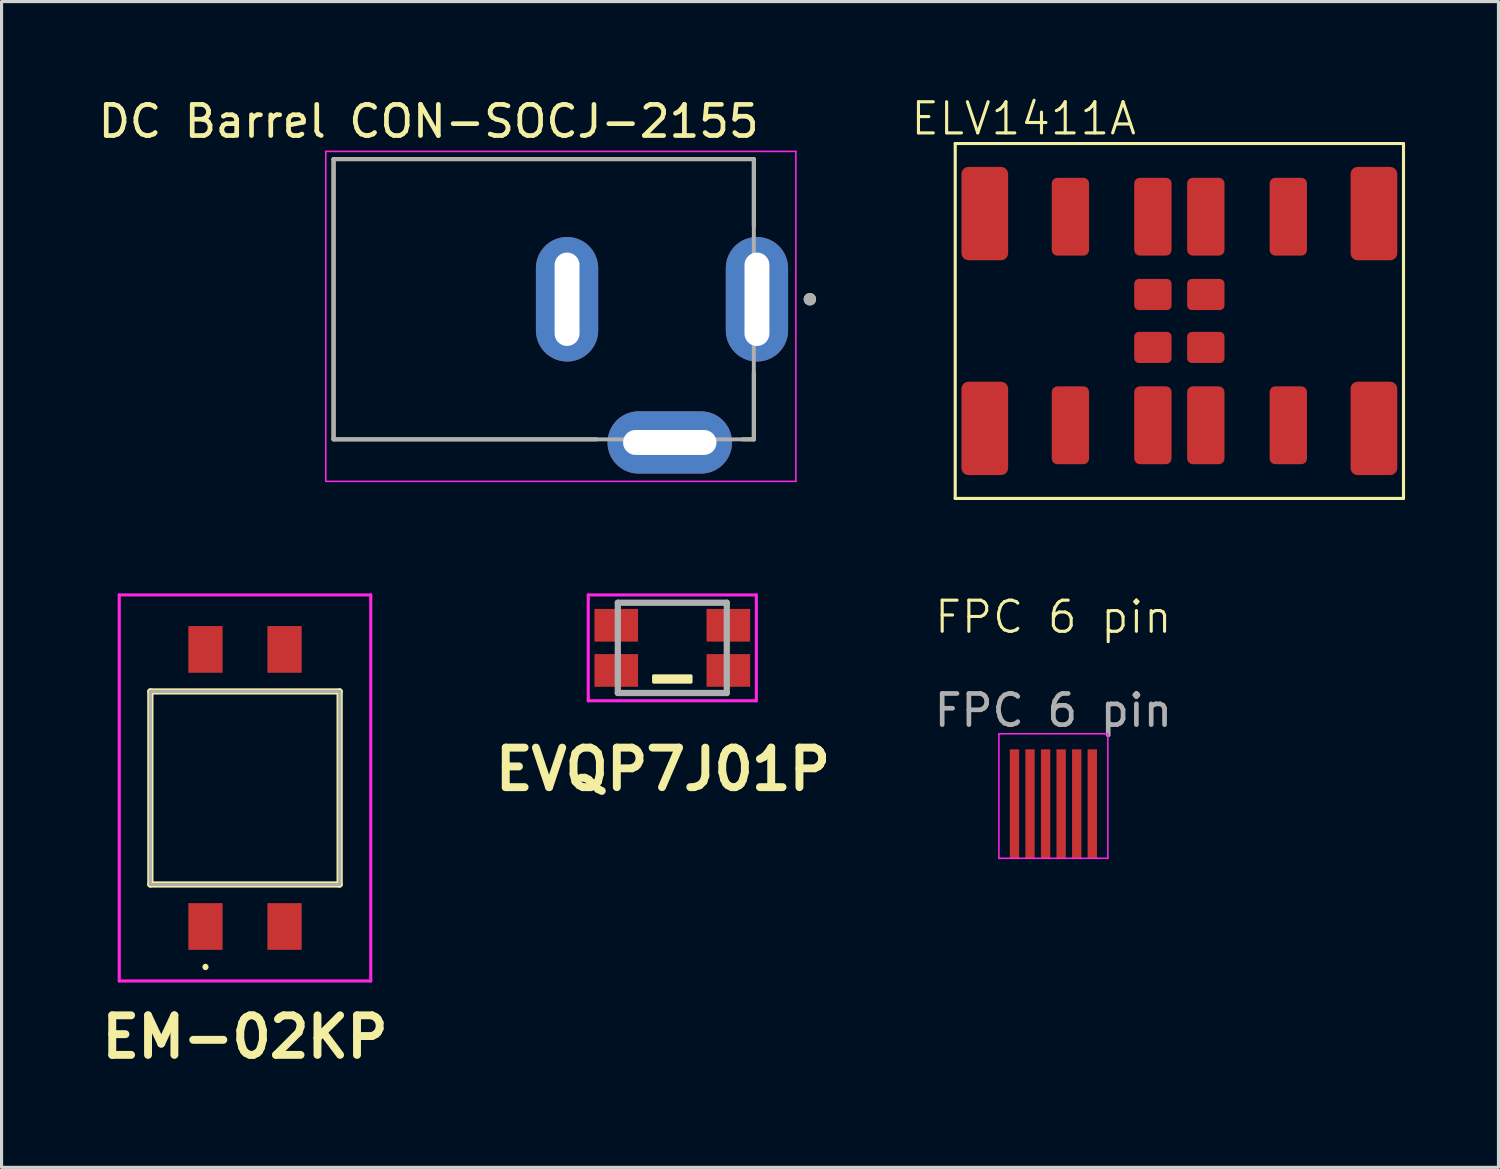
<source format=kicad_pcb>
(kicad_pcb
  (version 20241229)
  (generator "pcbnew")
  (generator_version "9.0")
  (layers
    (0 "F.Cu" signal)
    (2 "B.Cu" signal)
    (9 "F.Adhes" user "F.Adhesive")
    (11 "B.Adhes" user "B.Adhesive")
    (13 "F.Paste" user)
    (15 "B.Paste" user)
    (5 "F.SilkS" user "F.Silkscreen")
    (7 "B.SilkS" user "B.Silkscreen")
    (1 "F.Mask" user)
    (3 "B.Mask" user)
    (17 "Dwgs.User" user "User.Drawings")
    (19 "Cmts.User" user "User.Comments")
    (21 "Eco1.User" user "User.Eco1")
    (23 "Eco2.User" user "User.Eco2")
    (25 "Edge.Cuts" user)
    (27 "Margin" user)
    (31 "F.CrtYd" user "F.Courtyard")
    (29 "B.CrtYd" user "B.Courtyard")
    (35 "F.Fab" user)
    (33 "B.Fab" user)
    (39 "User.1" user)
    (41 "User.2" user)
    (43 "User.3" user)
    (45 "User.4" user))
  (footprint "FPC 6 pin"
    (layer "F.Cu")
    (at 30.787 22.771)
    (property "Reference" "FPC 6 pin" (at 0 -6 0) (unlocked yes) (layer "F.SilkS") (effects (font (size 1 1) (thickness 0.1))))
    (fp_line (start -1.75 1.75) (end -1.75 -2.25) (stroke (width 0.05) (type default)) (layer "F.CrtYd"))
    (fp_line (start 1.75 -2.25) (end -1.75 -2.25) (stroke (width 0.05) (type default)) (layer "F.CrtYd"))
    (fp_line (start 1.75 -2.24) (end 1.75 1.75) (stroke (width 0.05) (type default)) (layer "F.CrtYd"))
    (fp_line (start 1.75 1.75) (end -1.75 1.75) (stroke (width 0.05) (type default)) (layer "F.CrtYd"))
    (fp_text user "${REFERENCE}" (at 0 -3 0) (unlocked yes) (layer "F.Fab") (effects (font (size 1 1) (thickness 0.15))))
    (pad "1" connect rect (at -1.25 0 90) (size 3.5 0.3) (layers "F.Cu" "F.Mask"))
    (pad "2" connect rect (at -0.75 0 90) (size 3.5 0.3) (layers "F.Cu" "F.Mask"))
    (pad "3" connect rect (at -0.25 0 90) (size 3.5 0.3) (layers "F.Cu" "F.Mask"))
    (pad "4" connect rect (at 0.25 0 90) (size 3.5 0.3) (layers "F.Cu" "F.Mask"))
    (pad "5" connect rect (at 0.75 0 90) (size 3.5 0.3) (layers "F.Cu" "F.Mask"))
    (pad "6" connect rect (at 1.25 0 90) (size 3.5 0.3) (layers "F.Cu" "F.Mask")))
  (footprint "DC Barrel CON-SOCJ-2155"
    (layer "F.Cu")
    (at 15.165 6.563)
    (property "Reference" "DC Barrel CON-SOCJ-2155" (at -4.445 -5.715 0) (layer "F.SilkS") (effects (font (size 1 1) (thickness 0.15))))
    (attr through_hole)
    (fp_line (start -7.5 -4.5) (end 6 -4.5) (stroke (width 0.127) (type solid)) (layer "F.SilkS"))
    (fp_line (start -7.5 4.5) (end -7.5 -4.5) (stroke (width 0.127) (type solid)) (layer "F.SilkS"))
    (fp_line (start 0.95 4.5) (end -7.5 4.5) (stroke (width 0.127) (type solid)) (layer "F.SilkS"))
    (fp_line (start 6 -4.5) (end 6 -2.35) (stroke (width 0.127) (type solid)) (layer "F.SilkS"))
    (fp_line (start 6 2.35) (end 6 4.5) (stroke (width 0.127) (type solid)) (layer "F.SilkS"))
    (fp_line (start 6 4.5) (end 5.65 4.5) (stroke (width 0.127) (type solid)) (layer "F.SilkS"))
    (fp_circle (center 7.8 0) (end 7.9 0) (stroke (width 0.2) (type solid)) (fill no) (layer "F.SilkS"))
    (fp_line (start -7.75 -4.75) (end 7.35 -4.75) (stroke (width 0.05) (type solid)) (layer "F.CrtYd"))
    (fp_line (start -7.75 5.85) (end -7.75 -4.75) (stroke (width 0.05) (type solid)) (layer "F.CrtYd"))
    (fp_line (start 7.35 -4.75) (end 7.35 5.85) (stroke (width 0.05) (type solid)) (layer "F.CrtYd"))
    (fp_line (start 7.35 5.85) (end -7.75 5.85) (stroke (width 0.05) (type solid)) (layer "F.CrtYd"))
    (fp_line (start -7.5 -4.5) (end 6 -4.5) (stroke (width 0.127) (type solid)) (layer "F.Fab"))
    (fp_line (start -7.5 4.5) (end -7.5 -4.5) (stroke (width 0.127) (type solid)) (layer "F.Fab"))
    (fp_line (start 6 -4.5) (end 6 4.5) (stroke (width 0.127) (type solid)) (layer "F.Fab"))
    (fp_line (start 6 4.5) (end -7.5 4.5) (stroke (width 0.127) (type solid)) (layer "F.Fab"))
    (fp_circle (center 7.8 0) (end 7.9 0) (stroke (width 0.2) (type solid)) (fill no) (layer "F.Fab"))
    (pad "1" thru_hole oval (at 6.1 0) (size 2 4) (drill oval 0.8 3) (layers "*.Cu" "*.Mask"))
    (pad "2" thru_hole oval (at 3.3 4.6) (size 4 2) (drill oval 3 0.8) (layers "*.Cu" "*.Mask"))
    (pad "3" thru_hole oval (at 0 0) (size 2 4) (drill oval 0.8 3) (layers "*.Cu" "*.Mask")))
  (footprint "EM-02KP"
    (layer "F.Cu")
    (at 4.82 22.261)
    (property "Reference" "EM-02KP" (at 0 8 0) (layer "F.SilkS") (effects (font (size 1.27 1.27) (thickness 0.254))))
    (attr smd)
    (fp_line (start -3.04 -3.1) (end 3.04 -3.1) (stroke (width 0.2) (type solid)) (layer "F.SilkS"))
    (fp_line (start -3.04 3.1) (end -3.04 -3.1) (stroke (width 0.2) (type solid)) (layer "F.SilkS"))
    (fp_line (start -1.27 5.7) (end -1.27 5.7) (stroke (width 0.1) (type solid)) (layer "F.SilkS"))
    (fp_line (start -1.27 5.8) (end -1.27 5.8) (stroke (width 0.1) (type solid)) (layer "F.SilkS"))
    (fp_line (start 3.04 -3.1) (end 3.04 3.1) (stroke (width 0.2) (type solid)) (layer "F.SilkS"))
    (fp_line (start 3.04 3.1) (end -3.04 3.1) (stroke (width 0.2) (type solid)) (layer "F.SilkS"))
    (fp_arc (start -1.27 5.7) (mid -1.22 5.75) (end -1.27 5.8) (stroke (width 0.1) (type solid)) (layer "F.SilkS"))
    (fp_arc (start -1.27 5.8) (mid -1.32 5.75) (end -1.27 5.7) (stroke (width 0.1) (type solid)) (layer "F.SilkS"))
    (fp_line (start -4.04 -6.2) (end 4.04 -6.2) (stroke (width 0.1) (type solid)) (layer "F.CrtYd"))
    (fp_line (start -4.04 6.2) (end -4.04 -6.2) (stroke (width 0.1) (type solid)) (layer "F.CrtYd"))
    (fp_line (start 4.04 -6.2) (end 4.04 6.2) (stroke (width 0.1) (type solid)) (layer "F.CrtYd"))
    (fp_line (start 4.04 6.2) (end -4.04 6.2) (stroke (width 0.1) (type solid)) (layer "F.CrtYd"))
    (fp_line (start -3.04 -3.1) (end 3.04 -3.1) (stroke (width 0.1) (type solid)) (layer "F.Fab"))
    (fp_line (start -3.04 3.1) (end -3.04 -3.1) (stroke (width 0.1) (type solid)) (layer "F.Fab"))
    (fp_line (start 3.04 -3.1) (end 3.04 3.1) (stroke (width 0.1) (type solid)) (layer "F.Fab"))
    (fp_line (start 3.04 3.1) (end -3.04 3.1) (stroke (width 0.1) (type solid)) (layer "F.Fab"))
    (pad "1" smd rect (at -1.27 4.45) (size 1.1 1.5) (layers "F.Cu" "F.Mask" "F.Paste"))
    (pad "2" smd rect (at 1.27 4.45) (size 1.1 1.5) (layers "F.Cu" "F.Mask" "F.Paste"))
    (pad "3" smd rect (at 1.27 -4.45) (size 1.1 1.5) (layers "F.Cu" "F.Mask" "F.Paste"))
    (pad "4" smd rect (at -1.27 -4.45) (size 1.1 1.5) (layers "F.Cu" "F.Mask" "F.Paste")))
  (footprint "ELV1411A"
    (layer "F.Cu")
    (at 34.834 7.261)
    (property "Reference" "ELV1411A" (at -5 -6.5 0) (unlocked yes) (layer "F.SilkS") (effects (font (size 1 1) (thickness 0.1))))
    (attr smd)
    (fp_line (start -7.2 -5.7) (end -7.2 5.7) (stroke (width 0.1) (type default)) (layer "F.SilkS"))
    (fp_line (start -7.2 5.7) (end 7.2 5.7) (stroke (width 0.1) (type default)) (layer "F.SilkS"))
    (fp_line (start 7.2 -5.7) (end -7.2 -5.7) (stroke (width 0.1) (type default)) (layer "F.SilkS"))
    (fp_line (start 7.2 5.7) (end 7.2 -5.7) (stroke (width 0.1) (type default)) (layer "F.SilkS"))
    (pad "1" smd roundrect (at -0.85 -0.85) (size 1.2 1) (layers "F.Cu" "F.Mask" "F.Paste") (roundrect_rratio 0.15))
    (pad "2" smd roundrect (at 0.85 -0.85) (size 1.2 1) (layers "F.Cu" "F.Mask" "F.Paste") (roundrect_rratio 0.15))
    (pad "3" smd roundrect (at -0.85 0.85) (size 1.2 1) (layers "F.Cu" "F.Mask" "F.Paste") (roundrect_rratio 0.15))
    (pad "4" smd roundrect (at 0.85 0.85) (size 1.2 1) (layers "F.Cu" "F.Mask" "F.Paste") (roundrect_rratio 0.15))
    (pad "S1" smd roundrect (at -6.25 -3.45) (size 1.5 3) (layers "F.Cu" "F.Mask" "F.Paste") (roundrect_rratio 0.15))
    (pad "S2" smd roundrect (at -3.5 -3.35) (size 1.2 2.5) (layers "F.Cu" "F.Mask" "F.Paste") (roundrect_rratio 0.15))
    (pad "S3" smd roundrect (at -0.85 -3.35) (size 1.2 2.5) (layers "F.Cu" "F.Mask" "F.Paste") (roundrect_rratio 0.15))
    (pad "S4" smd roundrect (at 0.85 -3.35) (size 1.2 2.5) (layers "F.Cu" "F.Mask" "F.Paste") (roundrect_rratio 0.15))
    (pad "S5" smd roundrect (at 3.5 -3.35) (size 1.2 2.5) (layers "F.Cu" "F.Mask" "F.Paste") (roundrect_rratio 0.15))
    (pad "S6" smd roundrect (at 6.25 -3.45) (size 1.5 3) (layers "F.Cu" "F.Mask" "F.Paste") (roundrect_rratio 0.15))
    (pad "S7" smd roundrect (at -6.25 3.45) (size 1.5 3) (layers "F.Cu" "F.Mask" "F.Paste") (roundrect_rratio 0.15))
    (pad "S8" smd roundrect (at -3.5 3.35) (size 1.2 2.5) (layers "F.Cu" "F.Mask" "F.Paste") (roundrect_rratio 0.15))
    (pad "S9" smd roundrect (at -0.85 3.35) (size 1.2 2.5) (layers "F.Cu" "F.Mask" "F.Paste") (roundrect_rratio 0.15))
    (pad "S10" smd roundrect (at 0.85 3.35) (size 1.2 2.5) (layers "F.Cu" "F.Mask" "F.Paste") (roundrect_rratio 0.15))
    (pad "S11" smd roundrect (at 3.5 3.35) (size 1.2 2.5) (layers "F.Cu" "F.Mask" "F.Paste") (roundrect_rratio 0.15))
    (pad "S12" smd roundrect (at 6.25 3.45) (size 1.5 3) (layers "F.Cu" "F.Mask" "F.Paste") (roundrect_rratio 0.15)))
  (footprint "EVQP7J01P"
    (layer "F.Cu")
    (at 18.546 17.761)
    (property "Reference" "EVQP7J01P" (at -0.3 3.9 0) (layer "F.SilkS") (effects (font (size 1.27 1.27) (thickness 0.254))))
    (attr smd)
    (fp_line (start -1.75 -1.45) (end 1.8 -1.45) (stroke (width 0.1) (type solid)) (layer "F.SilkS"))
    (fp_line (start -1.75 1.45) (end 1.75 1.45) (stroke (width 0.1) (type solid)) (layer "F.SilkS"))
    (fp_rect (start -0.6 0.9) (end 0.6 1.1) (stroke (width 0.1) (type default)) (fill yes) (layer "F.SilkS"))
    (fp_line (start -2.7 -1.7) (end 2.7 -1.7) (stroke (width 0.1) (type solid)) (layer "F.CrtYd"))
    (fp_line (start -2.7 1.7) (end -2.7 -1.7) (stroke (width 0.1) (type solid)) (layer "F.CrtYd"))
    (fp_line (start 2.7 -1.7) (end 2.7 1.7) (stroke (width 0.1) (type solid)) (layer "F.CrtYd"))
    (fp_line (start 2.7 1.7) (end -2.7 1.7) (stroke (width 0.1) (type solid)) (layer "F.CrtYd"))
    (fp_line (start -1.75 -1.45) (end 1.75 -1.45) (stroke (width 0.2) (type solid)) (layer "F.Fab"))
    (fp_line (start -1.75 1.45) (end -1.75 -1.45) (stroke (width 0.2) (type solid)) (layer "F.Fab"))
    (fp_line (start 1.75 -1.45) (end 1.75 1.45) (stroke (width 0.2) (type solid)) (layer "F.Fab"))
    (fp_line (start 1.75 1.45) (end -1.75 1.45) (stroke (width 0.2) (type solid)) (layer "F.Fab"))
    (pad "1" smd rect (at -1.8 -0.725 90) (size 1.05 1.4) (layers "F.Cu" "F.Mask" "F.Paste"))
    (pad "2" smd rect (at 1.8 -0.725 90) (size 1.05 1.4) (layers "F.Cu" "F.Mask" "F.Paste"))
    (pad "3" smd rect (at -1.8 0.725 90) (size 1.05 1.4) (layers "F.Cu" "F.Mask" "F.Paste"))
    (pad "4" smd rect (at 1.8 0.725 90) (size 1.05 1.4) (layers "F.Cu" "F.Mask" "F.Paste")))
  (gr_rect
    (start -3 -3)
    (end 45.084 34.449)
    (stroke (width 0.1) (type default))
    (fill no)
    (layer "Edge.Cuts")))
</source>
